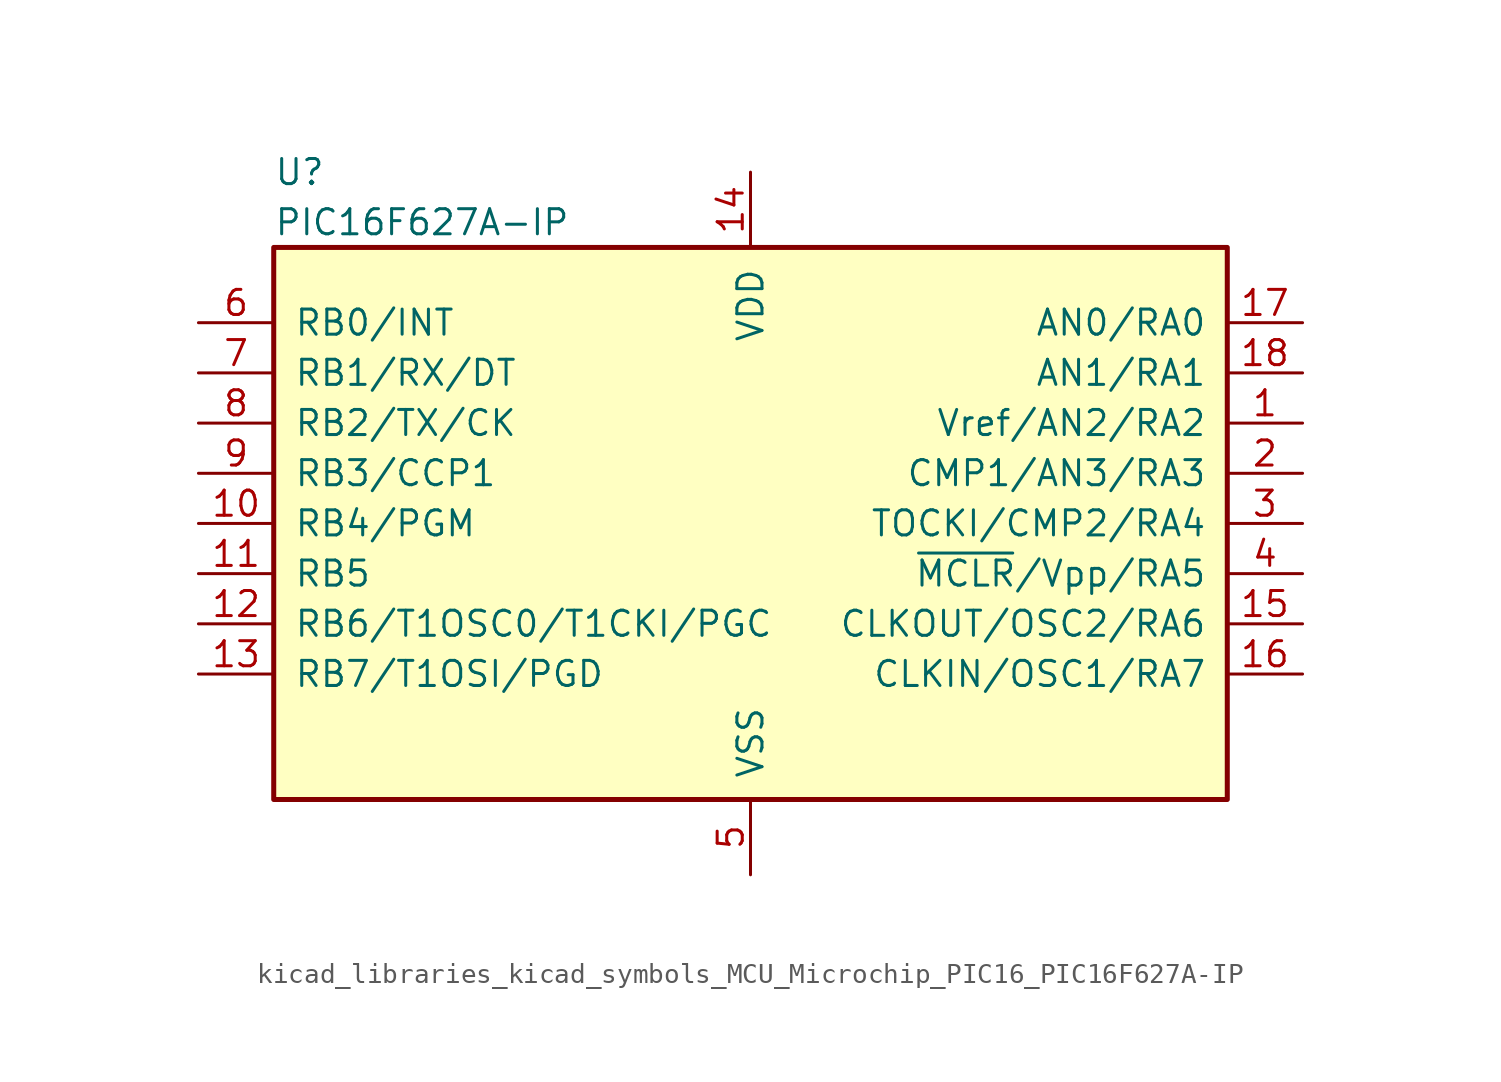
<source format=kicad_sym>
(kicad_symbol_lib
  (version 20220914)
  (generator kicad_symbol_editor)
  (symbol "kicad_libraries_kicad_symbols_MCU_Microchip_PIC16_PIC16F627A-IP"
    (pin_names
      (offset 1.016))
    (property "Reference" "U"
      (at -24.13 17.78 0)
      (effects (font (size 1.27 1.27)) (justify left)))
    (property "Value" "PIC16F627A-IP"
      (at -24.13 15.24 0)
      (effects (font (size 1.27 1.27)) (justify left)))
    (symbol "kicad_libraries_kicad_symbols_MCU_Microchip_PIC16_PIC16F627A-IP_0_1"
      (rectangle (start 24.13 13.97) (end -24.13 -13.97) (stroke (width 0.254) (type default)) (fill (type background))))
    (symbol "kicad_libraries_kicad_symbols_MCU_Microchip_PIC16_PIC16F627A-IP_1_1"
      (pin bidirectional line (at 27.94 5.08 180) (length 3.81) (name "Vref/AN2/RA2" (effects (font (size 1.27 1.27)))) (number "1" (effects (font (size 1.27 1.27)))))
      (pin bidirectional line (at -27.94 0 0) (length 3.81) (name "RB4/PGM" (effects (font (size 1.27 1.27)))) (number "10" (effects (font (size 1.27 1.27)))))
      (pin bidirectional line (at -27.94 -2.54 0) (length 3.81) (name "RB5" (effects (font (size 1.27 1.27)))) (number "11" (effects (font (size 1.27 1.27)))))
      (pin bidirectional line (at -27.94 -5.08 0) (length 3.81) (name "RB6/T1OSC0/T1CKI/PGC" (effects (font (size 1.27 1.27)))) (number "12" (effects (font (size 1.27 1.27)))))
      (pin bidirectional line (at -27.94 -7.62 0) (length 3.81) (name "RB7/T1OSI/PGD" (effects (font (size 1.27 1.27)))) (number "13" (effects (font (size 1.27 1.27)))))
      (pin power_in line (at 0 17.78 270) (length 3.81) (name "VDD" (effects (font (size 1.27 1.27)))) (number "14" (effects (font (size 1.27 1.27)))))
      (pin bidirectional line (at 27.94 -5.08 180) (length 3.81) (name "CLKOUT/OSC2/RA6" (effects (font (size 1.27 1.27)))) (number "15" (effects (font (size 1.27 1.27)))))
      (pin bidirectional line (at 27.94 -7.62 180) (length 3.81) (name "CLKIN/OSC1/RA7" (effects (font (size 1.27 1.27)))) (number "16" (effects (font (size 1.27 1.27)))))
      (pin bidirectional line (at 27.94 10.16 180) (length 3.81) (name "AN0/RA0" (effects (font (size 1.27 1.27)))) (number "17" (effects (font (size 1.27 1.27)))))
      (pin bidirectional line (at 27.94 7.62 180) (length 3.81) (name "AN1/RA1" (effects (font (size 1.27 1.27)))) (number "18" (effects (font (size 1.27 1.27)))))
      (pin bidirectional line (at 27.94 2.54 180) (length 3.81) (name "CMP1/AN3/RA3" (effects (font (size 1.27 1.27)))) (number "2" (effects (font (size 1.27 1.27)))))
      (pin bidirectional line (at 27.94 0 180) (length 3.81) (name "TOCKI/CMP2/RA4" (effects (font (size 1.27 1.27)))) (number "3" (effects (font (size 1.27 1.27)))))
      (pin input line (at 27.94 -2.54 180) (length 3.81) (name "~{MCLR}/Vpp/RA5" (effects (font (size 1.27 1.27)))) (number "4" (effects (font (size 1.27 1.27)))))
      (pin power_in line (at 0 -17.78 90) (length 3.81) (name "VSS" (effects (font (size 1.27 1.27)))) (number "5" (effects (font (size 1.27 1.27)))))
      (pin bidirectional line (at -27.94 10.16 0) (length 3.81) (name "RB0/INT" (effects (font (size 1.27 1.27)))) (number "6" (effects (font (size 1.27 1.27)))))
      (pin bidirectional line (at -27.94 7.62 0) (length 3.81) (name "RB1/RX/DT" (effects (font (size 1.27 1.27)))) (number "7" (effects (font (size 1.27 1.27)))))
      (pin bidirectional line (at -27.94 5.08 0) (length 3.81) (name "RB2/TX/CK" (effects (font (size 1.27 1.27)))) (number "8" (effects (font (size 1.27 1.27)))))
      (pin bidirectional line (at -27.94 2.54 0) (length 3.81) (name "RB3/CCP1" (effects (font (size 1.27 1.27)))) (number "9" (effects (font (size 1.27 1.27))))))))
</source>
